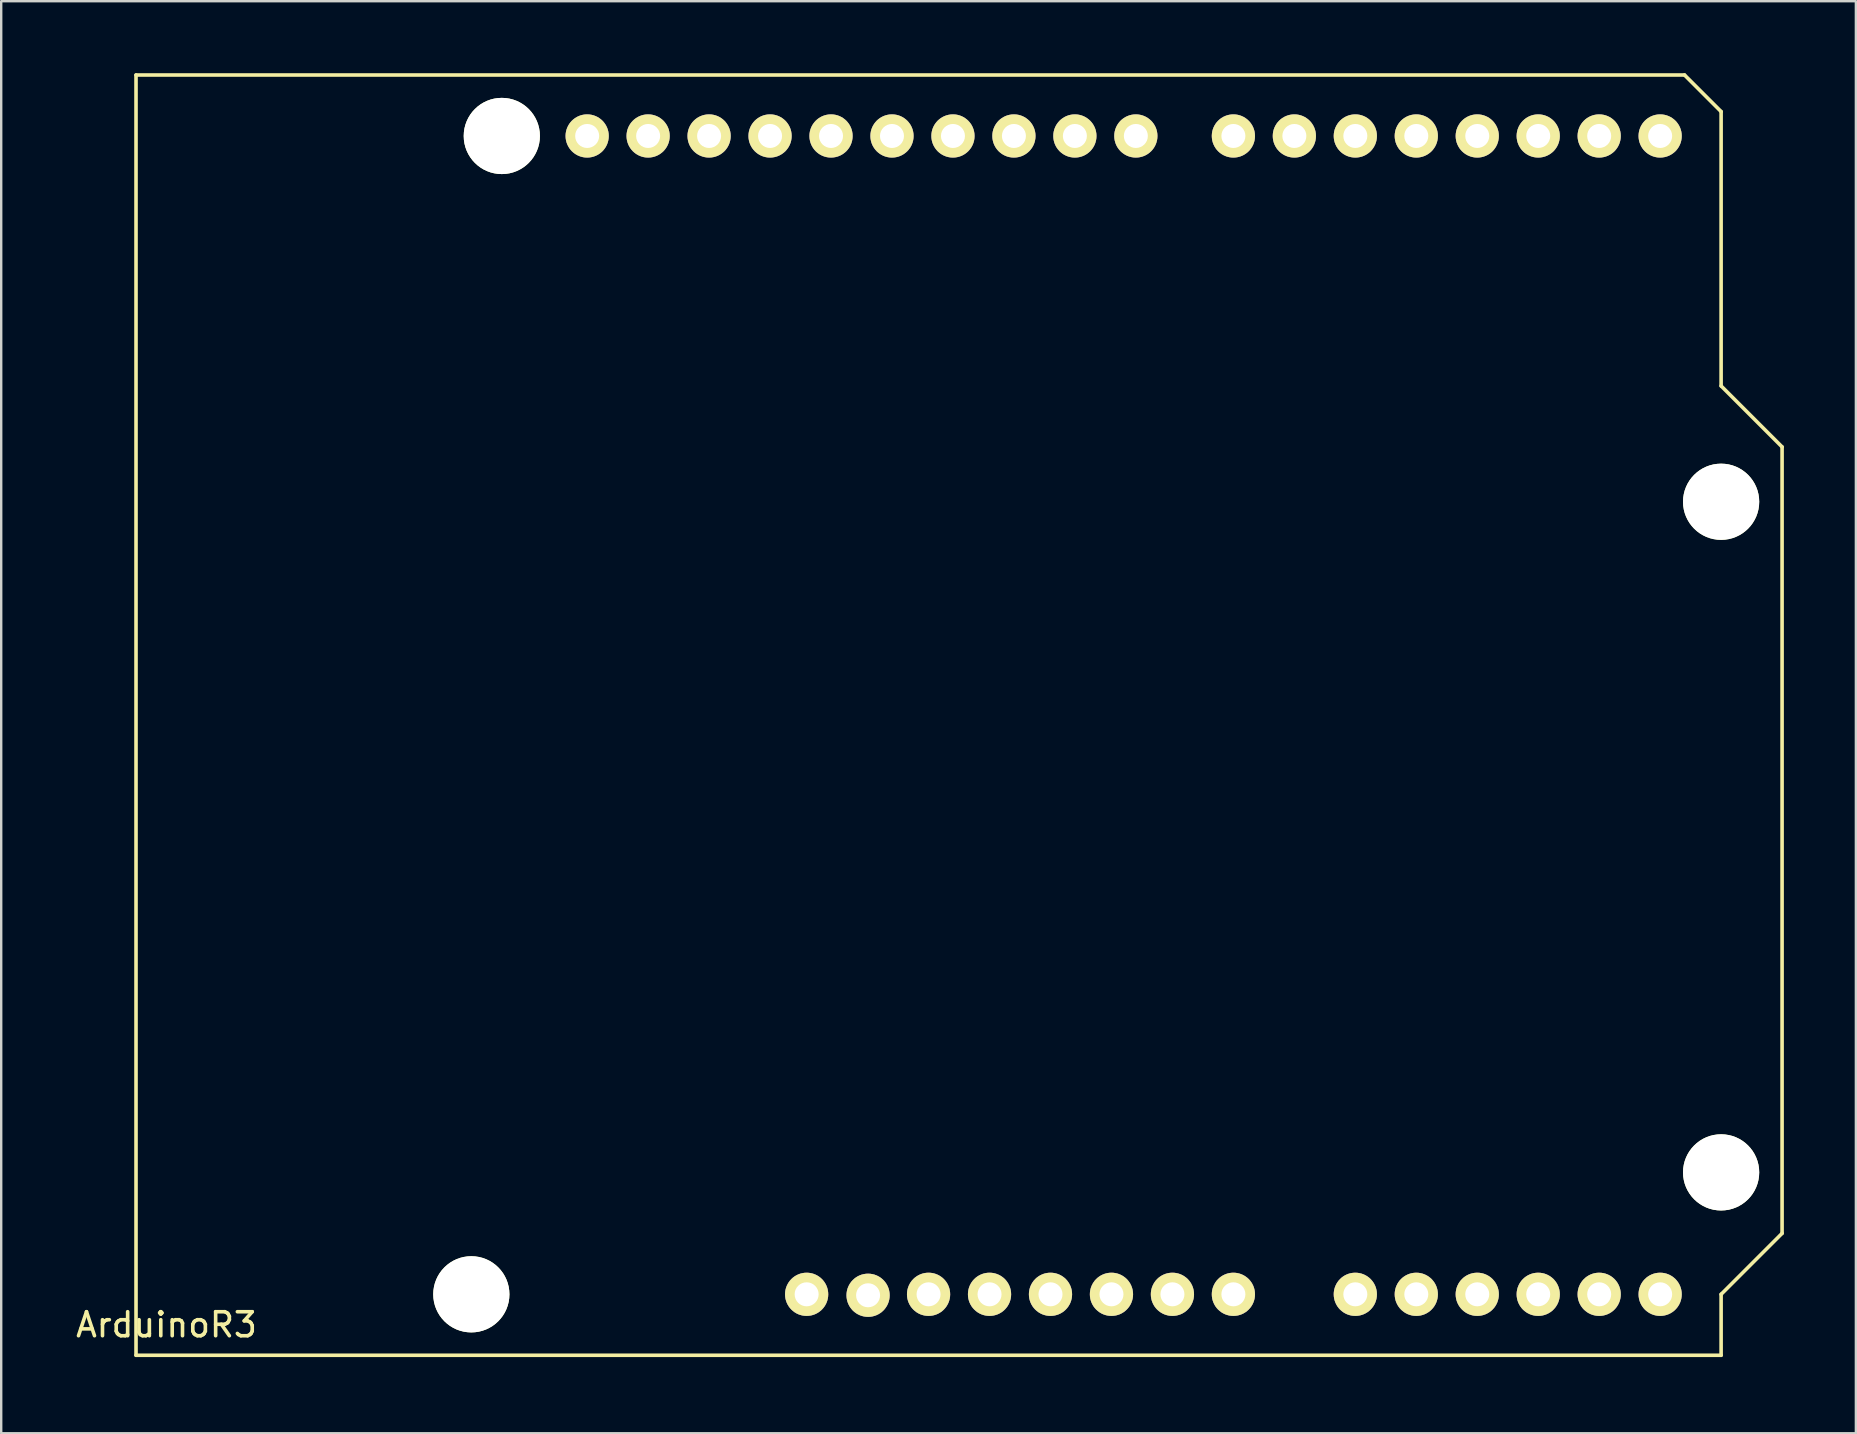
<source format=kicad_pcb>
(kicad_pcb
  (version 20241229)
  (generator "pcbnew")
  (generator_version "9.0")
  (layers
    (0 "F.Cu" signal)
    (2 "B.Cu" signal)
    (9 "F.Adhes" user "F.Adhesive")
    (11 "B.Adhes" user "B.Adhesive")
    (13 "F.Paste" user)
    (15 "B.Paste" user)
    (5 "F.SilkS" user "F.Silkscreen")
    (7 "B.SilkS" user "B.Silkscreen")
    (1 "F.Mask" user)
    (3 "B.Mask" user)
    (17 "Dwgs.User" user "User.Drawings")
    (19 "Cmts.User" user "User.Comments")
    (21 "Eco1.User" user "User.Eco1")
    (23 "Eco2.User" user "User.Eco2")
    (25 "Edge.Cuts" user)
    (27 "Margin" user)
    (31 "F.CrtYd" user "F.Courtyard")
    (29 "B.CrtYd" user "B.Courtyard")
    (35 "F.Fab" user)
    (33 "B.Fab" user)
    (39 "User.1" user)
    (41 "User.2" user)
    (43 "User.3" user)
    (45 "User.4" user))
  (footprint "ArduinoR3"
    (layer "F.Cu")
    (at 2.617 53.415)
    (property "Reference" "ArduinoR3" (at 1.27 -1.27 0) (layer "F.SilkS") (effects (font (size 1 1) (thickness 0.15))))
    (attr through_hole)
    (fp_line (start 0 -53.34) (end 0 0) (stroke (width 0.15) (type solid)) (layer "F.SilkS"))
    (fp_line (start 0 0) (end 66.04 0) (stroke (width 0.15) (type solid)) (layer "F.SilkS"))
    (fp_line (start 64.516 -53.34) (end 0 -53.34) (stroke (width 0.15) (type solid)) (layer "F.SilkS"))
    (fp_line (start 66.04 -51.816) (end 64.516 -53.34) (stroke (width 0.15) (type solid)) (layer "F.SilkS"))
    (fp_line (start 66.04 -40.386) (end 66.04 -51.816) (stroke (width 0.15) (type solid)) (layer "F.SilkS"))
    (fp_line (start 66.04 -2.54) (end 68.58 -5.08) (stroke (width 0.15) (type solid)) (layer "F.SilkS"))
    (fp_line (start 66.04 0) (end 66.04 -2.54) (stroke (width 0.15) (type solid)) (layer "F.SilkS"))
    (fp_line (start 68.58 -37.846) (end 66.04 -40.386) (stroke (width 0.15) (type solid)) (layer "F.SilkS"))
    (fp_line (start 68.58 -5.08) (end 68.58 -37.846) (stroke (width 0.15) (type solid)) (layer "F.SilkS"))
    (pad "" np_thru_hole circle (at 13.97 -2.54 90) (size 3.175 3.175) (drill 3.175) (layers "*.Cu" "*.Mask" "F.SilkS"))
    (pad "" np_thru_hole circle (at 15.24 -50.8 90) (size 3.175 3.175) (drill 3.175) (layers "*.Cu" "*.Mask" "F.SilkS"))
    (pad "" np_thru_hole circle (at 66.04 -35.56 90) (size 3.175 3.175) (drill 3.175) (layers "*.Cu" "*.Mask" "F.SilkS"))
    (pad "" np_thru_hole circle (at 66.04 -7.62 90) (size 3.175 3.175) (drill 3.175) (layers "*.Cu" "*.Mask" "F.SilkS"))
    (pad "1" thru_hole circle (at 27.94 -2.54) (size 1.8 1.8) (drill 1) (layers "*.Cu" "*.Mask" "F.SilkS"))
    (pad "2" thru_hole circle (at 30.5 -2.5) (size 1.8 1.8) (drill 1) (layers "*.Cu" "*.Mask" "F.SilkS"))
    (pad "3" thru_hole circle (at 33.02 -2.54) (size 1.8 1.8) (drill 1) (layers "*.Cu" "*.Mask" "F.SilkS"))
    (pad "4" thru_hole circle (at 35.56 -2.54) (size 1.8 1.8) (drill 1) (layers "*.Cu" "*.Mask" "F.SilkS"))
    (pad "5" thru_hole circle (at 38.1 -2.54) (size 1.8 1.8) (drill 1) (layers "*.Cu" "*.Mask" "F.SilkS"))
    (pad "6" thru_hole circle (at 40.64 -2.54) (size 1.8 1.8) (drill 1) (layers "*.Cu" "*.Mask" "F.SilkS"))
    (pad "7" thru_hole circle (at 43.18 -2.54) (size 1.8 1.8) (drill 1) (layers "*.Cu" "*.Mask" "F.SilkS"))
    (pad "8" thru_hole circle (at 45.72 -2.54) (size 1.8 1.8) (drill 1) (layers "*.Cu" "*.Mask" "F.SilkS"))
    (pad "9" thru_hole circle (at 50.8 -2.54) (size 1.8 1.8) (drill 1) (layers "*.Cu" "*.Mask" "F.SilkS"))
    (pad "10" thru_hole circle (at 53.34 -2.54) (size 1.8 1.8) (drill 1) (layers "*.Cu" "*.Mask" "F.SilkS"))
    (pad "11" thru_hole circle (at 55.88 -2.54) (size 1.8 1.8) (drill 1) (layers "*.Cu" "*.Mask" "F.SilkS"))
    (pad "12" thru_hole circle (at 58.42 -2.54) (size 1.8 1.8) (drill 1) (layers "*.Cu" "*.Mask" "F.SilkS"))
    (pad "13" thru_hole circle (at 60.96 -2.54) (size 1.8 1.8) (drill 1) (layers "*.Cu" "*.Mask" "F.SilkS"))
    (pad "14" thru_hole circle (at 63.5 -2.54) (size 1.8 1.8) (drill 1) (layers "*.Cu" "*.Mask" "F.SilkS"))
    (pad "15" thru_hole circle (at 63.5 -50.8) (size 1.8 1.8) (drill 1) (layers "*.Cu" "*.Mask" "F.SilkS"))
    (pad "16" thru_hole circle (at 60.96 -50.8) (size 1.8 1.8) (drill 1) (layers "*.Cu" "*.Mask" "F.SilkS"))
    (pad "17" thru_hole circle (at 58.42 -50.8) (size 1.8 1.8) (drill 1) (layers "*.Cu" "*.Mask" "F.SilkS"))
    (pad "18" thru_hole circle (at 55.88 -50.8) (size 1.8 1.8) (drill 1) (layers "*.Cu" "*.Mask" "F.SilkS"))
    (pad "19" thru_hole circle (at 53.34 -50.8) (size 1.8 1.8) (drill 1) (layers "*.Cu" "*.Mask" "F.SilkS"))
    (pad "20" thru_hole circle (at 50.8 -50.8) (size 1.8 1.8) (drill 1) (layers "*.Cu" "*.Mask" "F.SilkS"))
    (pad "21" thru_hole circle (at 48.26 -50.8) (size 1.8 1.8) (drill 1) (layers "*.Cu" "*.Mask" "F.SilkS"))
    (pad "22" thru_hole circle (at 45.72 -50.8) (size 1.8 1.8) (drill 1) (layers "*.Cu" "*.Mask" "F.SilkS"))
    (pad "23" thru_hole circle (at 41.656 -50.8) (size 1.8 1.8) (drill 1) (layers "*.Cu" "*.Mask" "F.SilkS"))
    (pad "24" thru_hole circle (at 39.116 -50.8) (size 1.8 1.8) (drill 1) (layers "*.Cu" "*.Mask" "F.SilkS"))
    (pad "25" thru_hole circle (at 36.576 -50.8) (size 1.8 1.8) (drill 1) (layers "*.Cu" "*.Mask" "F.SilkS"))
    (pad "26" thru_hole circle (at 34.036 -50.8) (size 1.8 1.8) (drill 1) (layers "*.Cu" "*.Mask" "F.SilkS"))
    (pad "27" thru_hole circle (at 31.496 -50.8) (size 1.8 1.8) (drill 1) (layers "*.Cu" "*.Mask" "F.SilkS"))
    (pad "28" thru_hole circle (at 28.956 -50.8) (size 1.8 1.8) (drill 1) (layers "*.Cu" "*.Mask" "F.SilkS"))
    (pad "29" thru_hole circle (at 26.416 -50.8) (size 1.8 1.8) (drill 1) (layers "*.Cu" "*.Mask" "F.SilkS"))
    (pad "30" thru_hole circle (at 23.876 -50.8) (size 1.8 1.8) (drill 1) (layers "*.Cu" "*.Mask" "F.SilkS"))
    (pad "31" thru_hole circle (at 21.336 -50.8) (size 1.8 1.8) (drill 1) (layers "*.Cu" "*.Mask" "F.SilkS"))
    (pad "32" thru_hole circle (at 18.796 -50.8) (size 1.8 1.8) (drill 1) (layers "*.Cu" "*.Mask" "F.SilkS")))
  (gr_rect
    (start -3 -3)
    (end 74.272 56.665)
    (stroke (width 0.1) (type default))
    (fill no)
    (layer "Edge.Cuts")))
</source>
